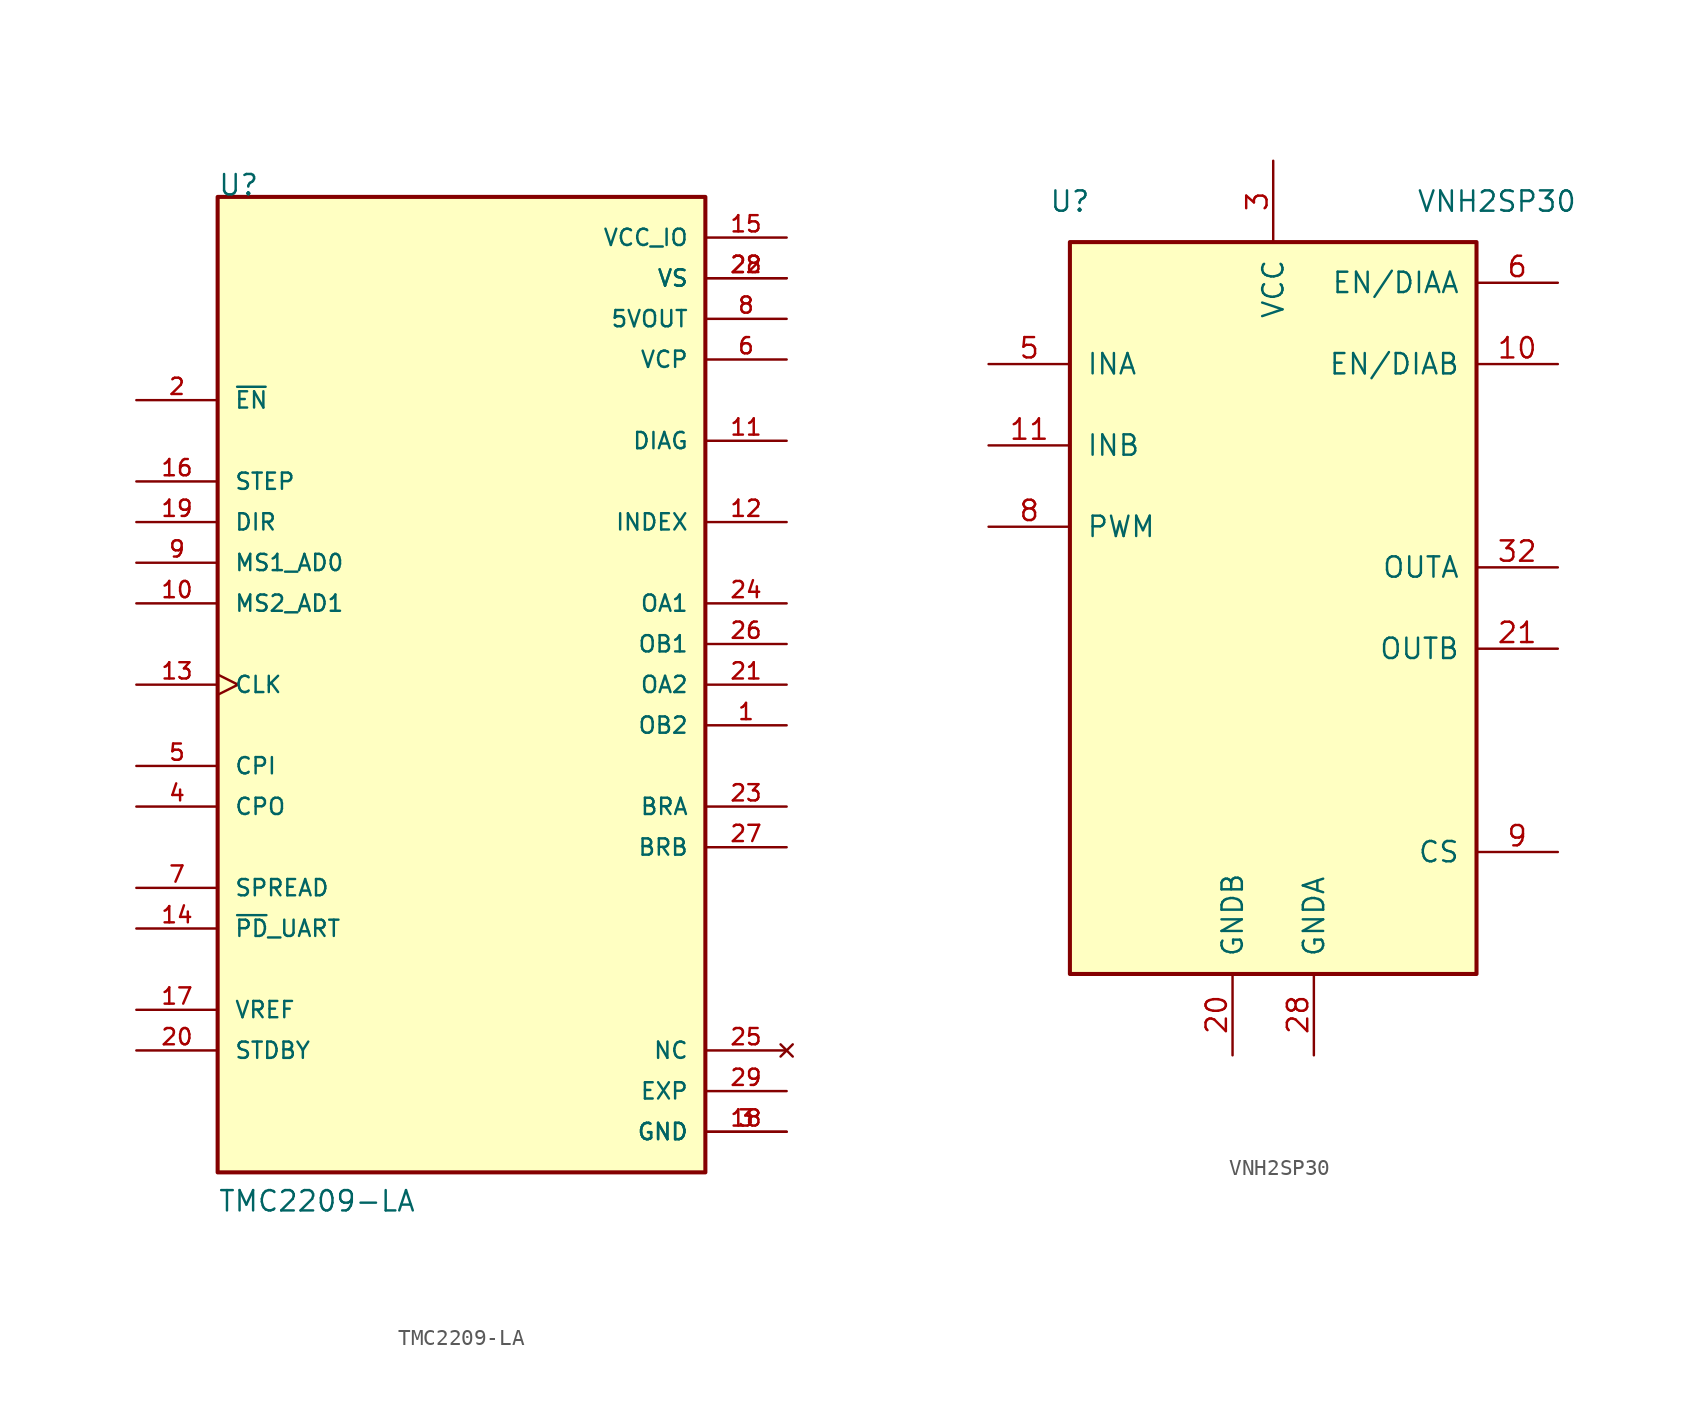
<source format=kicad_sym>
(kicad_symbol_lib
  (version 20220914)
  (generator kicad_symbol_editor)
  (symbol "TMC2209-LA"
    (pin_names
      (offset 1.016))
    (property "Reference" "U"
      (at -15.24 30.48 0)
      (effects (font (size 1.27 1.27)) (justify left bottom)))
    (property "Value" "TMC2209-LA"
      (at -15.24 -33.02 0)
      (effects (font (size 1.27 1.27)) (justify left bottom)))
    (symbol "TMC2209-LA_0_0"
      (rectangle (start -15.24 30.48) (end 15.24 -30.48) (stroke (width 0.254) (type default)) (fill (type background)))
      (pin output line (at 20.32 -2.54 180) (length 5.08) (name "OB2" (effects (font (size 1.016 1.016)))) (number "1" (effects (font (size 1.016 1.016)))))
      (pin input line (at -20.32 5.08 0) (length 5.08) (name "MS2_AD1" (effects (font (size 1.016 1.016)))) (number "10" (effects (font (size 1.016 1.016)))))
      (pin output line (at 20.32 15.24 180) (length 5.08) (name "DIAG" (effects (font (size 1.016 1.016)))) (number "11" (effects (font (size 1.016 1.016)))))
      (pin output line (at 20.32 10.16 180) (length 5.08) (name "INDEX" (effects (font (size 1.016 1.016)))) (number "12" (effects (font (size 1.016 1.016)))))
      (pin input clock (at -20.32 0 0) (length 5.08) (name "CLK" (effects (font (size 1.016 1.016)))) (number "13" (effects (font (size 1.016 1.016)))))
      (pin bidirectional line (at -20.32 -15.24 0) (length 5.08) (name "~{PD}_UART" (effects (font (size 1.016 1.016)))) (number "14" (effects (font (size 1.016 1.016)))))
      (pin power_in line (at 20.32 27.94 180) (length 5.08) (name "VCC_IO" (effects (font (size 1.016 1.016)))) (number "15" (effects (font (size 1.016 1.016)))))
      (pin input line (at -20.32 12.7 0) (length 5.08) (name "STEP" (effects (font (size 1.016 1.016)))) (number "16" (effects (font (size 1.016 1.016)))))
      (pin input line (at -20.32 -20.32 0) (length 5.08) (name "VREF" (effects (font (size 1.016 1.016)))) (number "17" (effects (font (size 1.016 1.016)))))
      (pin power_in line (at 20.32 -27.94 180) (length 5.08) (name "GND" (effects (font (size 1.016 1.016)))) (number "18" (effects (font (size 1.016 1.016)))))
      (pin input line (at -20.32 10.16 0) (length 5.08) (name "DIR" (effects (font (size 1.016 1.016)))) (number "19" (effects (font (size 1.016 1.016)))))
      (pin input line (at -20.32 17.78 0) (length 5.08) (name "~{EN}" (effects (font (size 1.016 1.016)))) (number "2" (effects (font (size 1.016 1.016)))))
      (pin input line (at -20.32 -22.86 0) (length 5.08) (name "STDBY" (effects (font (size 1.016 1.016)))) (number "20" (effects (font (size 1.016 1.016)))))
      (pin output line (at 20.32 0 180) (length 5.08) (name "OA2" (effects (font (size 1.016 1.016)))) (number "21" (effects (font (size 1.016 1.016)))))
      (pin power_in line (at 20.32 25.4 180) (length 5.08) (name "VS" (effects (font (size 1.016 1.016)))) (number "22" (effects (font (size 1.016 1.016)))))
      (pin bidirectional line (at 20.32 -7.62 180) (length 5.08) (name "BRA" (effects (font (size 1.016 1.016)))) (number "23" (effects (font (size 1.016 1.016)))))
      (pin output line (at 20.32 5.08 180) (length 5.08) (name "OA1" (effects (font (size 1.016 1.016)))) (number "24" (effects (font (size 1.016 1.016)))))
      (pin no_connect line (at 20.32 -22.86 180) (length 5.08) (name "NC" (effects (font (size 1.016 1.016)))) (number "25" (effects (font (size 1.016 1.016)))))
      (pin output line (at 20.32 2.54 180) (length 5.08) (name "OB1" (effects (font (size 1.016 1.016)))) (number "26" (effects (font (size 1.016 1.016)))))
      (pin bidirectional line (at 20.32 -10.16 180) (length 5.08) (name "BRB" (effects (font (size 1.016 1.016)))) (number "27" (effects (font (size 1.016 1.016)))))
      (pin power_in line (at 20.32 25.4 180) (length 5.08) (name "VS" (effects (font (size 1.016 1.016)))) (number "28" (effects (font (size 1.016 1.016)))))
      (pin power_in line (at 20.32 -25.4 180) (length 5.08) (name "EXP" (effects (font (size 1.016 1.016)))) (number "29" (effects (font (size 1.016 1.016)))))
      (pin power_in line (at 20.32 -27.94 180) (length 5.08) (name "GND" (effects (font (size 1.016 1.016)))) (number "3" (effects (font (size 1.016 1.016)))))
      (pin output line (at -20.32 -7.62 0) (length 5.08) (name "CPO" (effects (font (size 1.016 1.016)))) (number "4" (effects (font (size 1.016 1.016)))))
      (pin input line (at -20.32 -5.08 0) (length 5.08) (name "CPI" (effects (font (size 1.016 1.016)))) (number "5" (effects (font (size 1.016 1.016)))))
      (pin power_in line (at 20.32 20.32 180) (length 5.08) (name "VCP" (effects (font (size 1.016 1.016)))) (number "6" (effects (font (size 1.016 1.016)))))
      (pin input line (at -20.32 -12.7 0) (length 5.08) (name "SPREAD" (effects (font (size 1.016 1.016)))) (number "7" (effects (font (size 1.016 1.016)))))
      (pin power_in line (at 20.32 22.86 180) (length 5.08) (name "5VOUT" (effects (font (size 1.016 1.016)))) (number "8" (effects (font (size 1.016 1.016)))))
      (pin input line (at -20.32 7.62 0) (length 5.08) (name "MS1_AD0" (effects (font (size 1.016 1.016)))) (number "9" (effects (font (size 1.016 1.016)))))))
  (symbol "VNH2SP30"
    (pin_names
      (offset 1.016))
    (property "Reference" "U"
      (at -12.7 25.4 0)
      (effects (font (size 1.27 1.27))))
    (property "Value" "VNH2SP30"
      (at 13.97 25.4 0)
      (effects (font (size 1.27 1.27))))
    (symbol "VNH2SP30_1_1"
      (rectangle (start -12.7 22.86) (end 12.7 -22.86) (stroke (width 0.254) (type default)) (fill (type background)))
      (pin passive line (at 17.78 2.54 180) (length 5.08) hide (name "OUTA" (effects (font (size 1.27 1.27)))) (number "1" (effects (font (size 1.27 1.27)))))
      (pin output line (at 17.78 15.24 180) (length 5.08) (name "EN/DIAB" (effects (font (size 1.27 1.27)))) (number "10" (effects (font (size 1.27 1.27)))))
      (pin input line (at -17.78 10.16 0) (length 5.08) (name "INB" (effects (font (size 1.27 1.27)))) (number "11" (effects (font (size 1.27 1.27)))))
      (pin no_connect line (at -17.78 -7.62 0) (length 5.08) hide (name "NC" (effects (font (size 1.27 1.27)))) (number "12" (effects (font (size 1.27 1.27)))))
      (pin passive line (at 0 27.94 270) (length 5.08) hide (name "VCC" (effects (font (size 1.27 1.27)))) (number "13" (effects (font (size 1.27 1.27)))))
      (pin no_connect line (at -17.78 -10.16 0) (length 5.08) hide (name "NC" (effects (font (size 1.27 1.27)))) (number "14" (effects (font (size 1.27 1.27)))))
      (pin passive line (at 17.78 -2.54 180) (length 5.08) hide (name "OUTB" (effects (font (size 1.27 1.27)))) (number "15" (effects (font (size 1.27 1.27)))))
      (pin passive line (at 17.78 -2.54 180) (length 5.08) hide (name "OUTB" (effects (font (size 1.27 1.27)))) (number "16" (effects (font (size 1.27 1.27)))))
      (pin no_connect line (at -17.78 -20.32 0) (length 5.08) hide (name "NC" (effects (font (size 1.27 1.27)))) (number "17" (effects (font (size 1.27 1.27)))))
      (pin passive line (at -2.54 -27.94 90) (length 5.08) hide (name "GNDB" (effects (font (size 1.27 1.27)))) (number "18" (effects (font (size 1.27 1.27)))))
      (pin passive line (at -2.54 -27.94 90) (length 5.08) hide (name "GNDB" (effects (font (size 1.27 1.27)))) (number "19" (effects (font (size 1.27 1.27)))))
      (pin no_connect line (at -17.78 0 0) (length 5.08) hide (name "NC" (effects (font (size 1.27 1.27)))) (number "2" (effects (font (size 1.27 1.27)))))
      (pin passive line (at -2.54 -27.94 90) (length 5.08) (name "GNDB" (effects (font (size 1.27 1.27)))) (number "20" (effects (font (size 1.27 1.27)))))
      (pin output line (at 17.78 -2.54 180) (length 5.08) (name "OUTB" (effects (font (size 1.27 1.27)))) (number "21" (effects (font (size 1.27 1.27)))))
      (pin no_connect line (at -17.78 -17.78 0) (length 5.08) hide (name "NC" (effects (font (size 1.27 1.27)))) (number "22" (effects (font (size 1.27 1.27)))))
      (pin passive line (at 0 27.94 270) (length 5.08) hide (name "VCC" (effects (font (size 1.27 1.27)))) (number "23" (effects (font (size 1.27 1.27)))))
      (pin no_connect line (at -17.78 -15.24 0) (length 5.08) hide (name "NC" (effects (font (size 1.27 1.27)))) (number "24" (effects (font (size 1.27 1.27)))))
      (pin passive line (at 17.78 2.54 180) (length 5.08) hide (name "OUTA" (effects (font (size 1.27 1.27)))) (number "25" (effects (font (size 1.27 1.27)))))
      (pin passive line (at 2.54 -27.94 90) (length 5.08) hide (name "GNDA" (effects (font (size 1.27 1.27)))) (number "26" (effects (font (size 1.27 1.27)))))
      (pin passive line (at 2.54 -27.94 90) (length 5.08) hide (name "GNDA" (effects (font (size 1.27 1.27)))) (number "27" (effects (font (size 1.27 1.27)))))
      (pin passive line (at 2.54 -27.94 90) (length 5.08) (name "GNDA" (effects (font (size 1.27 1.27)))) (number "28" (effects (font (size 1.27 1.27)))))
      (pin no_connect line (at -17.78 -12.7 0) (length 5.08) hide (name "NC" (effects (font (size 1.27 1.27)))) (number "29" (effects (font (size 1.27 1.27)))))
      (pin power_in line (at 0 27.94 270) (length 5.08) (name "VCC" (effects (font (size 1.27 1.27)))) (number "3" (effects (font (size 1.27 1.27)))))
      (pin passive line (at 17.78 2.54 180) (length 5.08) hide (name "OUTA" (effects (font (size 1.27 1.27)))) (number "30" (effects (font (size 1.27 1.27)))))
      (pin passive line (at 0 27.94 270) (length 5.08) hide (name "VCC" (effects (font (size 1.27 1.27)))) (number "31" (effects (font (size 1.27 1.27)))))
      (pin passive line (at 17.78 2.54 180) (length 5.08) (name "OUTA" (effects (font (size 1.27 1.27)))) (number "32" (effects (font (size 1.27 1.27)))))
      (pin passive line (at 17.78 -2.54 180) (length 5.08) hide (name "OUTB" (effects (font (size 1.27 1.27)))) (number "33" (effects (font (size 1.27 1.27)))))
      (pin no_connect line (at -17.78 -2.54 0) (length 5.08) hide (name "NC" (effects (font (size 1.27 1.27)))) (number "4" (effects (font (size 1.27 1.27)))))
      (pin input line (at -17.78 15.24 0) (length 5.08) (name "INA" (effects (font (size 1.27 1.27)))) (number "5" (effects (font (size 1.27 1.27)))))
      (pin output line (at 17.78 20.32 180) (length 5.08) (name "EN/DIAA" (effects (font (size 1.27 1.27)))) (number "6" (effects (font (size 1.27 1.27)))))
      (pin no_connect line (at -17.78 -5.08 0) (length 5.08) hide (name "NC" (effects (font (size 1.27 1.27)))) (number "7" (effects (font (size 1.27 1.27)))))
      (pin input line (at -17.78 5.08 0) (length 5.08) (name "PWM" (effects (font (size 1.27 1.27)))) (number "8" (effects (font (size 1.27 1.27)))))
      (pin output line (at 17.78 -15.24 180) (length 5.08) (name "CS" (effects (font (size 1.27 1.27)))) (number "9" (effects (font (size 1.27 1.27))))))))
</source>
